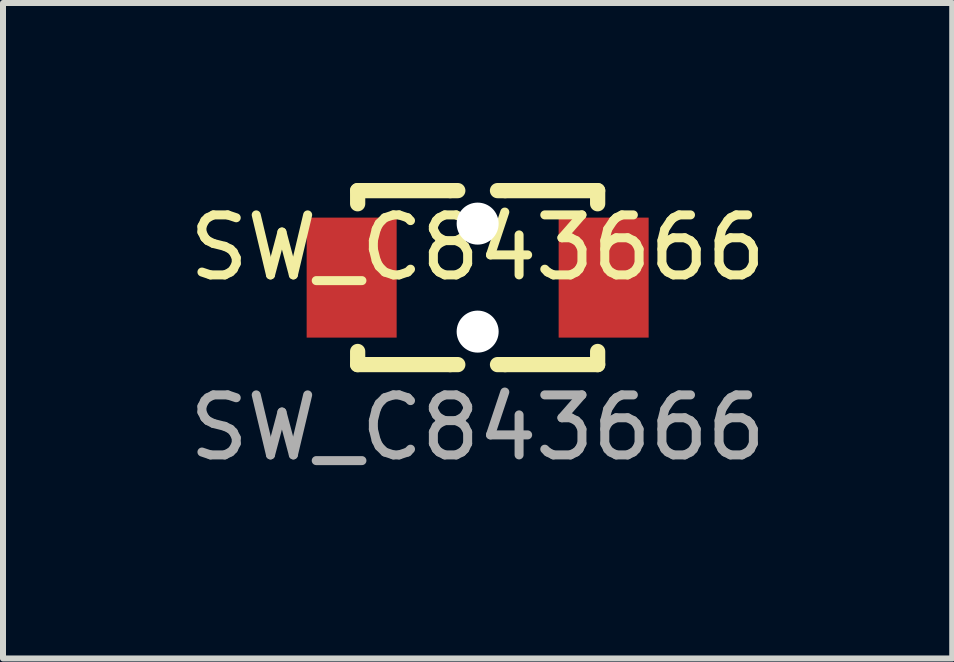
<source format=kicad_pcb>
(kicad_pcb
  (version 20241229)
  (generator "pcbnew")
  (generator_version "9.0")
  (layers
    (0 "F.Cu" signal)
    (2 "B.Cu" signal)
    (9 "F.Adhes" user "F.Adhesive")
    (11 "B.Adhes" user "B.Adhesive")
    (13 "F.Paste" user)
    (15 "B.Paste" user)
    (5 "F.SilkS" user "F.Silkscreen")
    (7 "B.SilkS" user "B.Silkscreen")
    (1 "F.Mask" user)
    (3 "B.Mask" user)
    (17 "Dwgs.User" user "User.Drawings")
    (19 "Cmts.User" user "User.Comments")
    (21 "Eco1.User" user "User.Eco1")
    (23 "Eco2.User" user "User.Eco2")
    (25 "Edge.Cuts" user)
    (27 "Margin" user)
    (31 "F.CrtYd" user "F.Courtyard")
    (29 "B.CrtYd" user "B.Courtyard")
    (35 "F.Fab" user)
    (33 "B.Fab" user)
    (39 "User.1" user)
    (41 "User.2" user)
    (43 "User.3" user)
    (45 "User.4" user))
  (footprint "SW_C843666"
    (layer "F.Cu")
    (at 4.911 1.577)
    (property "Reference" "SW_C843666" (at 0 -0.5 0) (unlocked yes) (layer "F.SilkS") (effects (font (size 1 1) (thickness 0.15))))
    (attr smd)
    (fp_line (start -2 -1.45) (end -2 -1.231) (stroke (width 0.254) (type solid)) (layer "F.SilkS"))
    (fp_line (start -2 -1.45) (end -0.458 -1.45) (stroke (width 0.254) (type solid)) (layer "F.SilkS"))
    (fp_line (start -2 1.231) (end -2 1.45) (stroke (width 0.254) (type solid)) (layer "F.SilkS"))
    (fp_line (start -0.458 -1.45) (end -0.331 -1.45) (stroke (width 0.254) (type solid)) (layer "F.SilkS"))
    (fp_line (start -0.458 1.45) (end -2 1.45) (stroke (width 0.254) (type solid)) (layer "F.SilkS"))
    (fp_line (start -0.331 1.45) (end -0.458 1.45) (stroke (width 0.254) (type solid)) (layer "F.SilkS"))
    (fp_line (start 0.331 -1.45) (end 0.458 -1.45) (stroke (width 0.254) (type solid)) (layer "F.SilkS"))
    (fp_line (start 0.458 -1.45) (end 2 -1.45) (stroke (width 0.254) (type solid)) (layer "F.SilkS"))
    (fp_line (start 0.458 1.45) (end 0.331 1.45) (stroke (width 0.254) (type solid)) (layer "F.SilkS"))
    (fp_line (start 2 -1.45) (end 2 -1.231) (stroke (width 0.254) (type solid)) (layer "F.SilkS"))
    (fp_line (start 2 1.231) (end 2 1.45) (stroke (width 0.254) (type solid)) (layer "F.SilkS"))
    (fp_line (start 2 1.45) (end 0.458 1.45) (stroke (width 0.254) (type solid)) (layer "F.SilkS"))
    (fp_circle (center 0 -0.9) (end 0.15 -0.9) (stroke (width 0.3) (type solid)) (fill no) (layer "Cmts.User"))
    (fp_circle (center 0 0.9) (end 0.15 0.9) (stroke (width 0.3) (type solid)) (fill no) (layer "Cmts.User"))
    (fp_text user "${REFERENCE}" (at 0 2.5 0) (unlocked yes) (layer "F.Fab") (effects (font (size 1 1) (thickness 0.15))))
    (pad "" np_thru_hole circle (at 0 -0.9) (size 0.7 0.7) (drill 0.7) (layers "*.Cu" "*.Mask"))
    (pad "" np_thru_hole circle (at 0 0.9) (size 0.7 0.7) (drill 0.7) (layers "*.Cu" "*.Mask"))
    (pad "1" smd rect (at -2.1 0) (size 1.5 2) (layers "F.Cu" "F.Mask" "F.Paste"))
    (pad "2" smd rect (at 2.1 0) (size 1.5 2) (layers "F.Cu" "F.Mask" "F.Paste")))
  (gr_rect
    (start -3 -3)
    (end 12.821 7.925)
    (stroke (width 0.1) (type default))
    (fill no)
    (layer "Edge.Cuts")))
</source>
